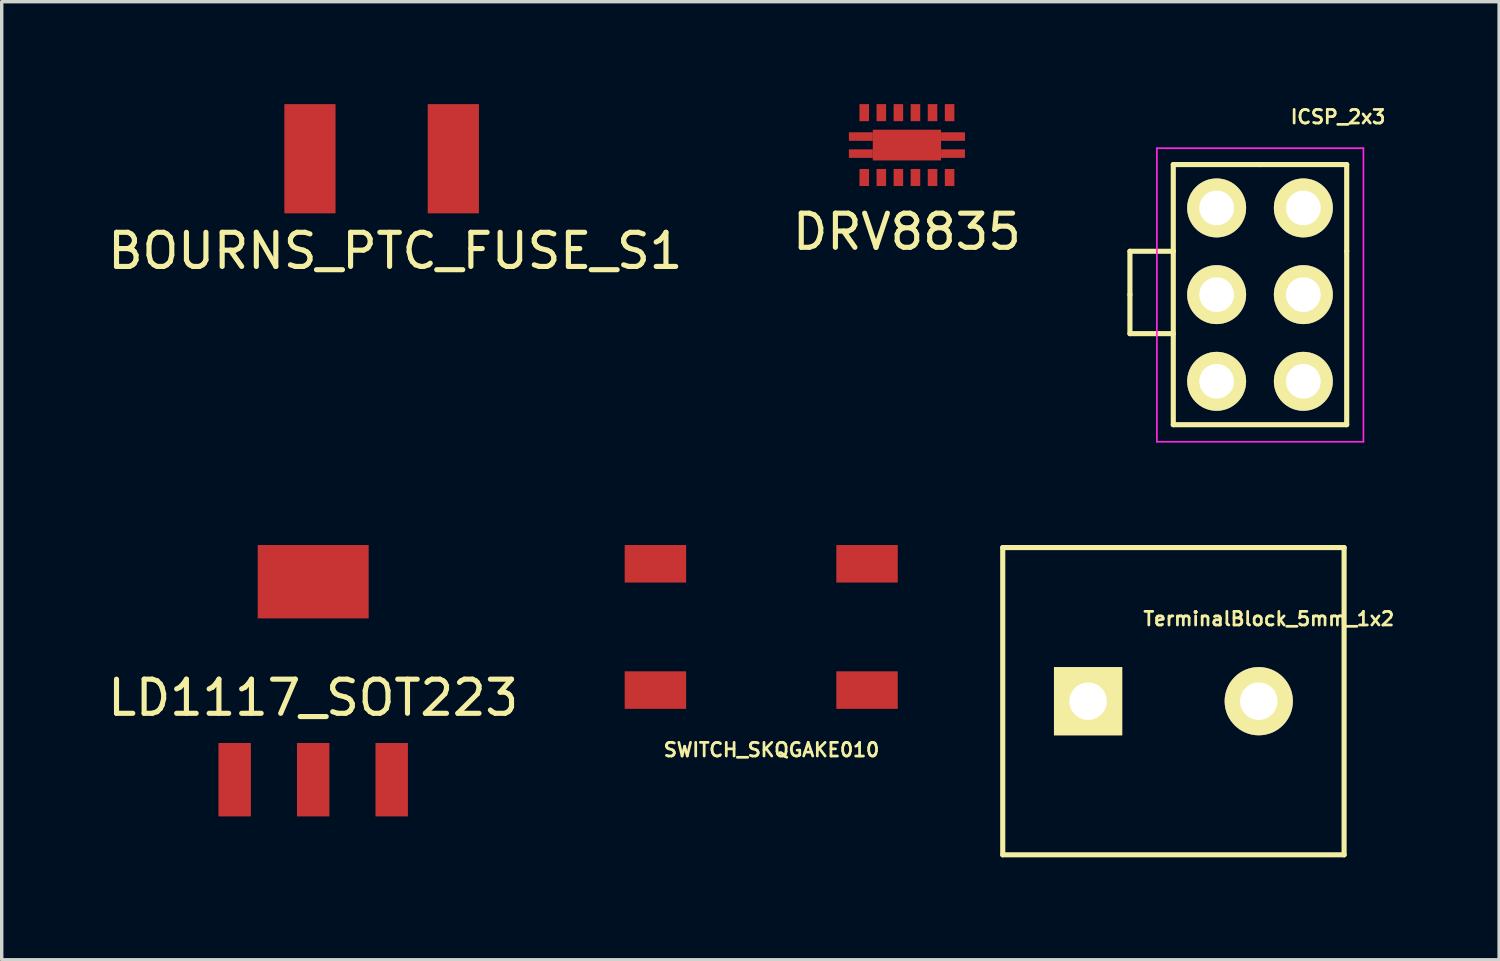
<source format=kicad_pcb>
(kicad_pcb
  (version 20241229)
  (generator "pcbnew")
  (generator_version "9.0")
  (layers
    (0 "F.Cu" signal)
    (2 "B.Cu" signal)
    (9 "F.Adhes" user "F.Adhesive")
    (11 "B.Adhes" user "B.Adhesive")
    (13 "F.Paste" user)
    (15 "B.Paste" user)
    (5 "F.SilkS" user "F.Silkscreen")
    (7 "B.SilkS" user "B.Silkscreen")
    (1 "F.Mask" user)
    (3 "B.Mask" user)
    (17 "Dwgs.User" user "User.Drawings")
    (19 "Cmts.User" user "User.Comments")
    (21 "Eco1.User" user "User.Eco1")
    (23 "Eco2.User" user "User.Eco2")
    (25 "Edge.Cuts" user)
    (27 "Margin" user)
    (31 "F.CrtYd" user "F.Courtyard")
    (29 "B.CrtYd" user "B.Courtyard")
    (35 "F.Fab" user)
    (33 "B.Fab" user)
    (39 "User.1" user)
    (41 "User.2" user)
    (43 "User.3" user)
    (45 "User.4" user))
  (footprint "BOURNS_PTC_FUSE_S1"
    (layer "F.Cu")
    (at 8.13 1.6)
    (property "Reference" "BOURNS_PTC_FUSE_S1" (at 0.4 2.7 0) (layer "F.SilkS") (effects (font (size 1 1) (thickness 0.15))))
    (attr through_hole)
    (pad "1" smd rect (at -2.1 0) (size 1.5 3.2) (layers "F.Cu" "F.Mask" "F.Paste"))
    (pad "2" smd rect (at 2.1 0) (size 1.5 3.2) (layers "F.Cu" "F.Mask" "F.Paste")))
  (footprint "SWITCH_SKQGAKE010"
    (layer "F.Cu")
    (at 19.25 15.316)
    (property "Reference" "SWITCH_SKQGAKE010" (at 0.3 3.6 0) (layer "F.SilkS") (effects (font (size 0.4 0.4) (thickness 0.08))))
    (attr through_hole)
    (pad "1" smd rect (at -3.1 -1.85) (size 1.8 1.1) (layers "F.Cu" "F.Mask" "F.Paste"))
    (pad "1" smd rect (at 3.1 -1.85) (size 1.8 1.1) (layers "F.Cu" "F.Mask" "F.Paste"))
    (pad "2" smd rect (at -3.1 1.85) (size 1.8 1.1) (layers "F.Cu" "F.Mask" "F.Paste"))
    (pad "2" smd rect (at 3.1 1.85) (size 1.8 1.1) (layers "F.Cu" "F.Mask" "F.Paste")))
  (footprint "DRV8835"
    (layer "F.Cu")
    (at 23.518 1.2)
    (property "Reference" "DRV8835" (at 0 2.54 0) (layer "F.SilkS") (effects (font (size 1 1) (thickness 0.15))))
    (attr through_hole)
    (pad "0" smd rect (at -1.35 -0.25) (size 0.7 0.25) (layers "F.Cu" "F.Mask" "F.Paste"))
    (pad "0" smd rect (at -1.35 0.25) (size 0.7 0.25) (layers "F.Cu" "F.Mask" "F.Paste"))
    (pad "0" smd rect (at 0 0) (size 2 0.9) (layers "F.Cu" "F.Mask" "F.Paste"))
    (pad "0" smd rect (at 1.35 -0.25) (size 0.7 0.25) (layers "F.Cu" "F.Mask" "F.Paste"))
    (pad "0" smd rect (at 1.35 0.25) (size 0.7 0.25) (layers "F.Cu" "F.Mask" "F.Paste"))
    (pad "1" smd rect (at -1.25 0.95) (size 0.28 0.5) (layers "F.Cu" "F.Mask" "F.Paste"))
    (pad "2" smd rect (at -0.75 0.95) (size 0.28 0.5) (layers "F.Cu" "F.Mask" "F.Paste"))
    (pad "3" smd rect (at -0.25 0.95) (size 0.28 0.5) (layers "F.Cu" "F.Mask" "F.Paste"))
    (pad "4" smd rect (at 0.25 0.95) (size 0.28 0.5) (layers "F.Cu" "F.Mask" "F.Paste"))
    (pad "5" smd rect (at 0.75 0.95) (size 0.28 0.5) (layers "F.Cu" "F.Mask" "F.Paste"))
    (pad "6" smd rect (at 1.25 0.95) (size 0.28 0.5) (layers "F.Cu" "F.Mask" "F.Paste"))
    (pad "7" smd rect (at 1.25 -0.95) (size 0.28 0.5) (layers "F.Cu" "F.Mask" "F.Paste"))
    (pad "8" smd rect (at 0.75 -0.95) (size 0.28 0.5) (layers "F.Cu" "F.Mask" "F.Paste"))
    (pad "9" smd rect (at 0.25 -0.95) (size 0.28 0.5) (layers "F.Cu" "F.Mask" "F.Paste"))
    (pad "10" smd rect (at -0.25 -0.95) (size 0.28 0.5) (layers "F.Cu" "F.Mask" "F.Paste"))
    (pad "11" smd rect (at -0.75 -0.95) (size 0.28 0.5) (layers "F.Cu" "F.Mask" "F.Paste"))
    (pad "12" smd rect (at -1.25 -0.95) (size 0.28 0.5) (layers "F.Cu" "F.Mask" "F.Paste")))
  (footprint "LD1117_SOT223"
    (layer "F.Cu")
    (at 6.125 16.891)
    (property "Reference" "LD1117_SOT223" (at 0 0.5 0) (layer "F.SilkS") (effects (font (size 1 1) (thickness 0.15))))
    (attr through_hole)
    (pad "1" smd rect (at -2.3 2.9) (size 0.95 2.15) (layers "F.Cu" "F.Mask" "F.Paste"))
    (pad "2" smd rect (at 0 2.9) (size 0.95 2.15) (layers "F.Cu" "F.Mask" "F.Paste"))
    (pad "3" smd rect (at 2.3 2.9) (size 0.95 2.15) (layers "F.Cu" "F.Mask" "F.Paste"))
    (pad "4" smd rect (at 0 -2.9) (size 3.25 2.15) (layers "F.Cu" "F.Mask" "F.Paste")))
  (footprint "TerminalBlock_5mm_1x2"
    (layer "F.Cu")
    (at 31.325 17.491)
    (property "Reference" "TerminalBlock_5mm_1x2" (at 2.794 -2.413 180) (layer "F.SilkS") (effects (font (size 0.4 0.4) (thickness 0.08))))
    (attr through_hole)
    (fp_line (start -5 -4.5) (end 5 -4.5) (stroke (width 0.15) (type solid)) (layer "F.SilkS"))
    (fp_line (start -5 4.5) (end -5 -4.5) (stroke (width 0.15) (type solid)) (layer "F.SilkS"))
    (fp_line (start -5 4.5) (end 5 4.5) (stroke (width 0.15) (type solid)) (layer "F.SilkS"))
    (fp_line (start 5 4.5) (end 5 -4.5) (stroke (width 0.15) (type solid)) (layer "F.SilkS"))
    (pad "1" thru_hole rect (at -2.5 0) (size 1.999 1.999) (drill 1.097) (layers "*.Cu" "*.Mask" "F.SilkS"))
    (pad "2" thru_hole oval (at 2.5 0) (size 1.999 1.999) (drill 1.097) (layers "*.Cu" "*.Mask" "F.SilkS")))
  (footprint "ICSP_2x3"
    (layer "F.Cu")
    (at 32.591 3.041)
    (property "Reference" "ICSP_2x3" (at 3.556 -2.667 0) (layer "F.SilkS") (effects (font (size 0.4 0.4) (thickness 0.08))))
    (attr through_hole)
    (fp_line (start -2.54 1.27) (end -2.54 2.54) (stroke (width 0.15) (type solid)) (layer "F.SilkS"))
    (fp_line (start -2.54 2.54) (end -2.54 3.683) (stroke (width 0.15) (type solid)) (layer "F.SilkS"))
    (fp_line (start -2.54 3.683) (end -1.27 3.683) (stroke (width 0.15) (type solid)) (layer "F.SilkS"))
    (fp_line (start -1.27 -1.27) (end 1.27 -1.27) (stroke (width 0.15) (type solid)) (layer "F.SilkS"))
    (fp_line (start -1.27 1.27) (end -2.54 1.27) (stroke (width 0.15) (type solid)) (layer "F.SilkS"))
    (fp_line (start -1.27 1.27) (end -1.27 -1.27) (stroke (width 0.15) (type solid)) (layer "F.SilkS"))
    (fp_line (start -1.27 1.27) (end -1.27 6.35) (stroke (width 0.15) (type solid)) (layer "F.SilkS"))
    (fp_line (start -1.27 6.35) (end 3.81 6.35) (stroke (width 0.15) (type solid)) (layer "F.SilkS"))
    (fp_line (start 3.81 -1.27) (end 1.27 -1.27) (stroke (width 0.15) (type solid)) (layer "F.SilkS"))
    (fp_line (start 3.81 1.27) (end 3.81 -1.27) (stroke (width 0.15) (type solid)) (layer "F.SilkS"))
    (fp_line (start 3.81 6.35) (end 3.81 1.27) (stroke (width 0.15) (type solid)) (layer "F.SilkS"))
    (fp_line (start -1.75 -1.75) (end -1.75 6.85) (stroke (width 0.05) (type solid)) (layer "F.CrtYd"))
    (fp_line (start -1.75 -1.75) (end 4.3 -1.75) (stroke (width 0.05) (type solid)) (layer "F.CrtYd"))
    (fp_line (start -1.75 6.85) (end 4.3 6.85) (stroke (width 0.05) (type solid)) (layer "F.CrtYd"))
    (fp_line (start 4.3 -1.75) (end 4.3 6.85) (stroke (width 0.05) (type solid)) (layer "F.CrtYd"))
    (pad "1" thru_hole circle (at 0 0) (size 1.727 1.727) (drill 1.016) (layers "*.Cu" "*.Mask" "F.SilkS"))
    (pad "2" thru_hole oval (at 2.54 0) (size 1.727 1.727) (drill 1.016) (layers "*.Cu" "*.Mask" "F.SilkS"))
    (pad "3" thru_hole oval (at 0 2.54) (size 1.727 1.727) (drill 1.016) (layers "*.Cu" "*.Mask" "F.SilkS"))
    (pad "4" thru_hole oval (at 2.54 2.54) (size 1.727 1.727) (drill 1.016) (layers "*.Cu" "*.Mask" "F.SilkS"))
    (pad "5" thru_hole oval (at 0 5.08) (size 1.727 1.727) (drill 1.016) (layers "*.Cu" "*.Mask" "F.SilkS"))
    (pad "6" thru_hole oval (at 2.54 5.08) (size 1.727 1.727) (drill 1.016) (layers "*.Cu" "*.Mask" "F.SilkS")))
  (gr_rect
    (start -3 -3)
    (end 40.866 25.066)
    (stroke (width 0.1) (type default))
    (fill no)
    (layer "Edge.Cuts")))
</source>
